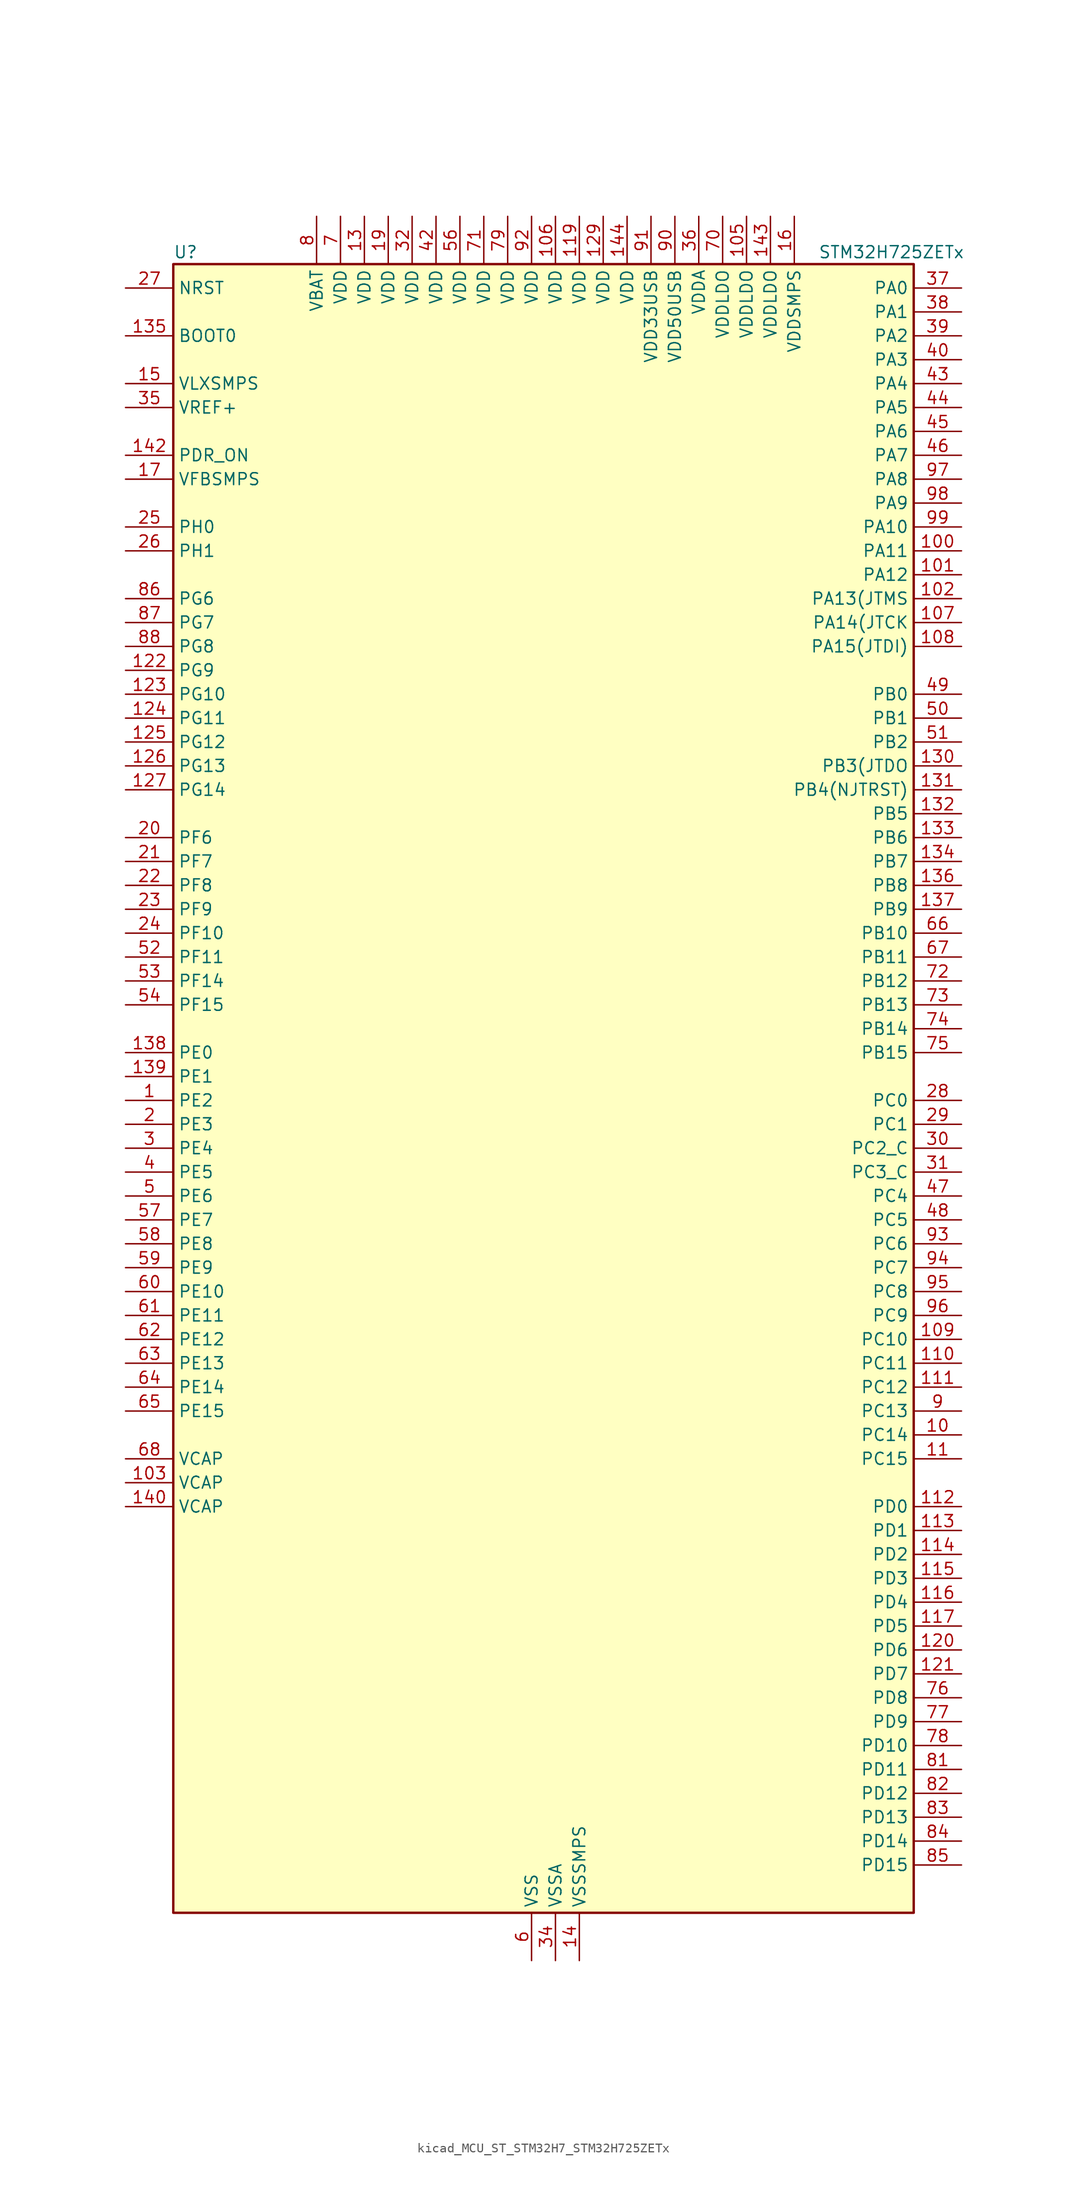
<source format=kicad_sym>
(kicad_symbol_lib
  (version 20220914)
  (generator kicad_symbol_editor)
  (symbol "kicad_MCU_ST_STM32H7_STM32H725ZETx"
    (property "Reference" "U"
      (at -38.1 90.17 0)
      (effects (font (size 1.27 1.27)) (justify left)))
    (property "Value" "STM32H725ZETx"
      (at 30.48 90.17 0)
      (effects (font (size 1.27 1.27)) (justify left)))
    (property "ki_locked" ""
      (at 0 0 0)
      (effects (font (size 1.27 1.27))))
    (symbol "kicad_MCU_ST_STM32H7_STM32H725ZETx_0_1"
      (rectangle (start -38.1 -86.36) (end 40.64 88.9) (stroke (width 0.254) (type default)) (fill (type background))))
    (symbol "kicad_MCU_ST_STM32H7_STM32H725ZETx_1_1"
      (pin bidirectional line (at -43.18 0 0) (length 5.08) (name "PE2" (effects (font (size 1.27 1.27)))) (number "1" (effects (font (size 1.27 1.27)))) (alternate "DEBUG_TRACECLK" bidirectional line) (alternate "ETH_TXD3" bidirectional line) (alternate "FMC_A23" bidirectional line) (alternate "OCTOSPIM_P1_IO2" bidirectional line) (alternate "SAI1_CK1" bidirectional line) (alternate "SAI1_MCLK_A" bidirectional line) (alternate "SAI4_CK1" bidirectional line) (alternate "SAI4_MCLK_A" bidirectional line) (alternate "SPI4_SCK" bidirectional line) (alternate "USART10_RX" bidirectional line))
      (pin bidirectional line (at 45.72 -35.56 180) (length 5.08) (name "PC14" (effects (font (size 1.27 1.27)))) (number "10" (effects (font (size 1.27 1.27)))) (alternate "RCC_OSC32_IN" bidirectional line))
      (pin bidirectional line (at 45.72 58.42 180) (length 5.08) (name "PA11" (effects (font (size 1.27 1.27)))) (number "100" (effects (font (size 1.27 1.27)))) (alternate "ADC1_EXTI11" bidirectional line) (alternate "ADC2_EXTI11" bidirectional line) (alternate "ADC3_EXTI11" bidirectional line) (alternate "FDCAN1_RX" bidirectional line) (alternate "I2S2_WS" bidirectional line) (alternate "LPUART1_CTS" bidirectional line) (alternate "LTDC_R4" bidirectional line) (alternate "SPI2_NSS" bidirectional line) (alternate "TIM1_CH4" bidirectional line) (alternate "UART4_RX" bidirectional line) (alternate "USART1_CTS" bidirectional line) (alternate "USART1_NSS" bidirectional line) (alternate "USB_OTG_HS_DM" bidirectional line))
      (pin bidirectional line (at 45.72 55.88 180) (length 5.08) (name "PA12" (effects (font (size 1.27 1.27)))) (number "101" (effects (font (size 1.27 1.27)))) (alternate "FDCAN1_TX" bidirectional line) (alternate "I2S2_CK" bidirectional line) (alternate "LPUART1_DE" bidirectional line) (alternate "LPUART1_RTS" bidirectional line) (alternate "LTDC_R5" bidirectional line) (alternate "SAI4_FS_B" bidirectional line) (alternate "SPI2_SCK" bidirectional line) (alternate "TIM1_BKIN2" bidirectional line) (alternate "TIM1_ETR" bidirectional line) (alternate "UART4_TX" bidirectional line) (alternate "USART1_DE" bidirectional line) (alternate "USART1_RTS" bidirectional line) (alternate "USB_OTG_HS_DP" bidirectional line))
      (pin bidirectional line (at 45.72 53.34 180) (length 5.08) (name "PA13(JTMS" (effects (font (size 1.27 1.27)))) (number "102" (effects (font (size 1.27 1.27)))) (alternate "DEBUG_JTMS-SWDIO" bidirectional line))
      (pin power_out line (at -43.18 -40.64 0) (length 5.08) (name "VCAP" (effects (font (size 1.27 1.27)))) (number "103" (effects (font (size 1.27 1.27)))))
      (pin passive line (at 0 -91.44 90) (length 5.08) hide (name "VSS" (effects (font (size 1.27 1.27)))) (number "104" (effects (font (size 1.27 1.27)))))
      (pin power_in line (at 22.86 93.98 270) (length 5.08) (name "VDDLDO" (effects (font (size 1.27 1.27)))) (number "105" (effects (font (size 1.27 1.27)))))
      (pin power_in line (at 2.54 93.98 270) (length 5.08) (name "VDD" (effects (font (size 1.27 1.27)))) (number "106" (effects (font (size 1.27 1.27)))))
      (pin bidirectional line (at 45.72 50.8 180) (length 5.08) (name "PA14(JTCK" (effects (font (size 1.27 1.27)))) (number "107" (effects (font (size 1.27 1.27)))) (alternate "DEBUG_JTCK-SWCLK" bidirectional line))
      (pin bidirectional line (at 45.72 48.26 180) (length 5.08) (name "PA15(JTDI)" (effects (font (size 1.27 1.27)))) (number "108" (effects (font (size 1.27 1.27)))) (alternate "ADC1_EXTI15" bidirectional line) (alternate "ADC2_EXTI15" bidirectional line) (alternate "ADC3_EXTI15" bidirectional line) (alternate "CEC" bidirectional line) (alternate "DEBUG_JTDI" bidirectional line) (alternate "I2S1_WS" bidirectional line) (alternate "I2S3_WS" bidirectional line) (alternate "I2S6_WS" bidirectional line) (alternate "LTDC_B6" bidirectional line) (alternate "LTDC_R3" bidirectional line) (alternate "SPI1_NSS" bidirectional line) (alternate "SPI3_NSS" bidirectional line) (alternate "SPI6_NSS" bidirectional line) (alternate "TIM2_CH1" bidirectional line) (alternate "TIM2_ETR" bidirectional line) (alternate "UART4_DE" bidirectional line) (alternate "UART4_RTS" bidirectional line) (alternate "UART7_TX" bidirectional line))
      (pin bidirectional line (at 45.72 -25.4 180) (length 5.08) (name "PC10" (effects (font (size 1.27 1.27)))) (number "109" (effects (font (size 1.27 1.27)))) (alternate "DCMI_D8" bidirectional line) (alternate "DFSDM1_CKIN5" bidirectional line) (alternate "I2C5_SDA" bidirectional line) (alternate "I2S3_CK" bidirectional line) (alternate "LTDC_B1" bidirectional line) (alternate "LTDC_R2" bidirectional line) (alternate "OCTOSPIM_P1_IO1" bidirectional line) (alternate "PSSI_D8" bidirectional line) (alternate "SDMMC1_D2" bidirectional line) (alternate "SPI3_SCK" bidirectional line) (alternate "SWPMI1_RX" bidirectional line) (alternate "UART4_TX" bidirectional line) (alternate "USART3_TX" bidirectional line))
      (pin bidirectional line (at 45.72 -38.1 180) (length 5.08) (name "PC15" (effects (font (size 1.27 1.27)))) (number "11" (effects (font (size 1.27 1.27)))) (alternate "ADC1_EXTI15" bidirectional line) (alternate "ADC2_EXTI15" bidirectional line) (alternate "ADC3_EXTI15" bidirectional line) (alternate "RCC_OSC32_OUT" bidirectional line))
      (pin bidirectional line (at 45.72 -27.94 180) (length 5.08) (name "PC11" (effects (font (size 1.27 1.27)))) (number "110" (effects (font (size 1.27 1.27)))) (alternate "ADC1_EXTI11" bidirectional line) (alternate "ADC2_EXTI11" bidirectional line) (alternate "ADC3_EXTI11" bidirectional line) (alternate "DCMI_D4" bidirectional line) (alternate "DFSDM1_DATIN5" bidirectional line) (alternate "I2C5_SCL" bidirectional line) (alternate "I2S3_SDI" bidirectional line) (alternate "LTDC_B4" bidirectional line) (alternate "OCTOSPIM_P1_NCS" bidirectional line) (alternate "PSSI_D4" bidirectional line) (alternate "SDMMC1_D3" bidirectional line) (alternate "SPI3_MISO" bidirectional line) (alternate "UART4_RX" bidirectional line) (alternate "USART3_RX" bidirectional line))
      (pin bidirectional line (at 45.72 -30.48 180) (length 5.08) (name "PC12" (effects (font (size 1.27 1.27)))) (number "111" (effects (font (size 1.27 1.27)))) (alternate "DCMI_D9" bidirectional line) (alternate "DEBUG_TRACED3" bidirectional line) (alternate "FMC_D6" bidirectional line) (alternate "FMC_DA6" bidirectional line) (alternate "I2C5_SMBA" bidirectional line) (alternate "I2S3_SDO" bidirectional line) (alternate "I2S6_CK" bidirectional line) (alternate "LTDC_R6" bidirectional line) (alternate "PSSI_D9" bidirectional line) (alternate "SDMMC1_CK" bidirectional line) (alternate "SPI3_MOSI" bidirectional line) (alternate "SPI6_SCK" bidirectional line) (alternate "TIM15_CH1" bidirectional line) (alternate "UART5_TX" bidirectional line) (alternate "USART3_CK" bidirectional line))
      (pin bidirectional line (at 45.72 -43.18 180) (length 5.08) (name "PD0" (effects (font (size 1.27 1.27)))) (number "112" (effects (font (size 1.27 1.27)))) (alternate "DFSDM1_CKIN6" bidirectional line) (alternate "FDCAN1_RX" bidirectional line) (alternate "FMC_D2" bidirectional line) (alternate "FMC_DA2" bidirectional line) (alternate "LTDC_B1" bidirectional line) (alternate "UART4_RX" bidirectional line) (alternate "UART9_CTS" bidirectional line))
      (pin bidirectional line (at 45.72 -45.72 180) (length 5.08) (name "PD1" (effects (font (size 1.27 1.27)))) (number "113" (effects (font (size 1.27 1.27)))) (alternate "DFSDM1_DATIN6" bidirectional line) (alternate "FDCAN1_TX" bidirectional line) (alternate "FMC_D3" bidirectional line) (alternate "FMC_DA3" bidirectional line) (alternate "UART4_TX" bidirectional line))
      (pin bidirectional line (at 45.72 -48.26 180) (length 5.08) (name "PD2" (effects (font (size 1.27 1.27)))) (number "114" (effects (font (size 1.27 1.27)))) (alternate "DCMI_D11" bidirectional line) (alternate "DEBUG_TRACED2" bidirectional line) (alternate "FMC_D7" bidirectional line) (alternate "FMC_DA7" bidirectional line) (alternate "LTDC_B2" bidirectional line) (alternate "LTDC_B7" bidirectional line) (alternate "PSSI_D11" bidirectional line) (alternate "SDMMC1_CMD" bidirectional line) (alternate "TIM15_BKIN" bidirectional line) (alternate "TIM3_ETR" bidirectional line) (alternate "UART5_RX" bidirectional line))
      (pin bidirectional line (at 45.72 -50.8 180) (length 5.08) (name "PD3" (effects (font (size 1.27 1.27)))) (number "115" (effects (font (size 1.27 1.27)))) (alternate "DCMI_D5" bidirectional line) (alternate "DFSDM1_CKOUT" bidirectional line) (alternate "FMC_CLK" bidirectional line) (alternate "I2S2_CK" bidirectional line) (alternate "LTDC_G7" bidirectional line) (alternate "PSSI_D5" bidirectional line) (alternate "SPI2_SCK" bidirectional line) (alternate "USART2_CTS" bidirectional line) (alternate "USART2_NSS" bidirectional line))
      (pin bidirectional line (at 45.72 -53.34 180) (length 5.08) (name "PD4" (effects (font (size 1.27 1.27)))) (number "116" (effects (font (size 1.27 1.27)))) (alternate "FMC_NOE" bidirectional line) (alternate "OCTOSPIM_P1_IO4" bidirectional line) (alternate "USART2_DE" bidirectional line) (alternate "USART2_RTS" bidirectional line))
      (pin bidirectional line (at 45.72 -55.88 180) (length 5.08) (name "PD5" (effects (font (size 1.27 1.27)))) (number "117" (effects (font (size 1.27 1.27)))) (alternate "FMC_NWE" bidirectional line) (alternate "OCTOSPIM_P1_IO5" bidirectional line) (alternate "USART2_TX" bidirectional line))
      (pin passive line (at 0 -91.44 90) (length 5.08) hide (name "VSS" (effects (font (size 1.27 1.27)))) (number "118" (effects (font (size 1.27 1.27)))))
      (pin power_in line (at 5.08 93.98 270) (length 5.08) (name "VDD" (effects (font (size 1.27 1.27)))) (number "119" (effects (font (size 1.27 1.27)))))
      (pin passive line (at 0 -91.44 90) (length 5.08) hide (name "VSS" (effects (font (size 1.27 1.27)))) (number "12" (effects (font (size 1.27 1.27)))))
      (pin bidirectional line (at 45.72 -58.42 180) (length 5.08) (name "PD6" (effects (font (size 1.27 1.27)))) (number "120" (effects (font (size 1.27 1.27)))) (alternate "DCMI_D10" bidirectional line) (alternate "DFSDM1_CKIN4" bidirectional line) (alternate "DFSDM1_DATIN1" bidirectional line) (alternate "FMC_NWAIT" bidirectional line) (alternate "I2S3_SDO" bidirectional line) (alternate "LTDC_B2" bidirectional line) (alternate "OCTOSPIM_P1_IO6" bidirectional line) (alternate "PSSI_D10" bidirectional line) (alternate "SAI1_D1" bidirectional line) (alternate "SAI1_SD_A" bidirectional line) (alternate "SAI4_D1" bidirectional line) (alternate "SAI4_SD_A" bidirectional line) (alternate "SDMMC2_CK" bidirectional line) (alternate "SPI3_MOSI" bidirectional line) (alternate "USART2_RX" bidirectional line))
      (pin bidirectional line (at 45.72 -60.96 180) (length 5.08) (name "PD7" (effects (font (size 1.27 1.27)))) (number "121" (effects (font (size 1.27 1.27)))) (alternate "DFSDM1_CKIN1" bidirectional line) (alternate "DFSDM1_DATIN4" bidirectional line) (alternate "FMC_NE1" bidirectional line) (alternate "I2S1_SDO" bidirectional line) (alternate "OCTOSPIM_P1_IO7" bidirectional line) (alternate "SDMMC2_CMD" bidirectional line) (alternate "SPDIFRX1_IN0" bidirectional line) (alternate "SPI1_MOSI" bidirectional line) (alternate "USART2_CK" bidirectional line))
      (pin bidirectional line (at -43.18 45.72 0) (length 5.08) (name "PG9" (effects (font (size 1.27 1.27)))) (number "122" (effects (font (size 1.27 1.27)))) (alternate "DAC1_EXTI9" bidirectional line) (alternate "DCMI_VSYNC" bidirectional line) (alternate "FDCAN3_TX" bidirectional line) (alternate "FMC_NCE" bidirectional line) (alternate "FMC_NE2" bidirectional line) (alternate "I2S1_SDI" bidirectional line) (alternate "OCTOSPIM_P1_IO6" bidirectional line) (alternate "PSSI_RDY" bidirectional line) (alternate "SAI4_FS_B" bidirectional line) (alternate "SDMMC2_D0" bidirectional line) (alternate "SPDIFRX1_IN3" bidirectional line) (alternate "SPI1_MISO" bidirectional line) (alternate "USART6_RX" bidirectional line))
      (pin bidirectional line (at -43.18 43.18 0) (length 5.08) (name "PG10" (effects (font (size 1.27 1.27)))) (number "123" (effects (font (size 1.27 1.27)))) (alternate "DCMI_D2" bidirectional line) (alternate "FDCAN3_RX" bidirectional line) (alternate "FMC_NE3" bidirectional line) (alternate "I2S1_WS" bidirectional line) (alternate "LTDC_B2" bidirectional line) (alternate "LTDC_G3" bidirectional line) (alternate "OCTOSPIM_P2_IO6" bidirectional line) (alternate "PSSI_D2" bidirectional line) (alternate "SAI4_SD_B" bidirectional line) (alternate "SDMMC2_D1" bidirectional line) (alternate "SPI1_NSS" bidirectional line))
      (pin bidirectional line (at -43.18 40.64 0) (length 5.08) (name "PG11" (effects (font (size 1.27 1.27)))) (number "124" (effects (font (size 1.27 1.27)))) (alternate "ADC1_EXTI11" bidirectional line) (alternate "ADC2_EXTI11" bidirectional line) (alternate "ADC3_EXTI11" bidirectional line) (alternate "DCMI_D3" bidirectional line) (alternate "ETH_TX_EN" bidirectional line) (alternate "I2S1_CK" bidirectional line) (alternate "LPTIM1_IN2" bidirectional line) (alternate "LTDC_B3" bidirectional line) (alternate "OCTOSPIM_P2_IO7" bidirectional line) (alternate "PSSI_D3" bidirectional line) (alternate "SDMMC2_D2" bidirectional line) (alternate "SPDIFRX1_IN0" bidirectional line) (alternate "SPI1_SCK" bidirectional line) (alternate "USART10_RX" bidirectional line))
      (pin bidirectional line (at -43.18 38.1 0) (length 5.08) (name "PG12" (effects (font (size 1.27 1.27)))) (number "125" (effects (font (size 1.27 1.27)))) (alternate "ETH_TXD1" bidirectional line) (alternate "FMC_NE4" bidirectional line) (alternate "I2S6_SDI" bidirectional line) (alternate "LPTIM1_IN1" bidirectional line) (alternate "LTDC_B1" bidirectional line) (alternate "LTDC_B4" bidirectional line) (alternate "OCTOSPIM_P2_NCS" bidirectional line) (alternate "SDMMC2_D3" bidirectional line) (alternate "SPDIFRX1_IN1" bidirectional line) (alternate "SPI6_MISO" bidirectional line) (alternate "TIM23_CH1" bidirectional line) (alternate "USART10_TX" bidirectional line) (alternate "USART6_DE" bidirectional line) (alternate "USART6_RTS" bidirectional line))
      (pin bidirectional line (at -43.18 35.56 0) (length 5.08) (name "PG13" (effects (font (size 1.27 1.27)))) (number "126" (effects (font (size 1.27 1.27)))) (alternate "DEBUG_TRACED0" bidirectional line) (alternate "ETH_TXD0" bidirectional line) (alternate "FMC_A24" bidirectional line) (alternate "I2S6_CK" bidirectional line) (alternate "LPTIM1_OUT" bidirectional line) (alternate "LTDC_R0" bidirectional line) (alternate "SDMMC2_D6" bidirectional line) (alternate "SPI6_SCK" bidirectional line) (alternate "TIM23_CH2" bidirectional line) (alternate "USART10_CTS" bidirectional line) (alternate "USART10_NSS" bidirectional line) (alternate "USART6_CTS" bidirectional line) (alternate "USART6_NSS" bidirectional line))
      (pin bidirectional line (at -43.18 33.02 0) (length 5.08) (name "PG14" (effects (font (size 1.27 1.27)))) (number "127" (effects (font (size 1.27 1.27)))) (alternate "DEBUG_TRACED1" bidirectional line) (alternate "ETH_TXD1" bidirectional line) (alternate "FMC_A25" bidirectional line) (alternate "I2S6_SDO" bidirectional line) (alternate "LPTIM1_ETR" bidirectional line) (alternate "LTDC_B0" bidirectional line) (alternate "OCTOSPIM_P1_IO7" bidirectional line) (alternate "SDMMC2_D7" bidirectional line) (alternate "SPI6_MOSI" bidirectional line) (alternate "TIM23_CH3" bidirectional line) (alternate "USART10_DE" bidirectional line) (alternate "USART10_RTS" bidirectional line) (alternate "USART6_TX" bidirectional line))
      (pin passive line (at 0 -91.44 90) (length 5.08) hide (name "VSS" (effects (font (size 1.27 1.27)))) (number "128" (effects (font (size 1.27 1.27)))))
      (pin power_in line (at 7.62 93.98 270) (length 5.08) (name "VDD" (effects (font (size 1.27 1.27)))) (number "129" (effects (font (size 1.27 1.27)))))
      (pin power_in line (at -17.78 93.98 270) (length 5.08) (name "VDD" (effects (font (size 1.27 1.27)))) (number "13" (effects (font (size 1.27 1.27)))))
      (pin bidirectional line (at 45.72 35.56 180) (length 5.08) (name "PB3(JTDO" (effects (font (size 1.27 1.27)))) (number "130" (effects (font (size 1.27 1.27)))) (alternate "CRS_SYNC" bidirectional line) (alternate "DEBUG_JTDO-SWO" bidirectional line) (alternate "I2S1_CK" bidirectional line) (alternate "I2S3_CK" bidirectional line) (alternate "I2S6_CK" bidirectional line) (alternate "SDMMC2_D2" bidirectional line) (alternate "SPI1_SCK" bidirectional line) (alternate "SPI3_SCK" bidirectional line) (alternate "SPI6_SCK" bidirectional line) (alternate "TIM24_ETR" bidirectional line) (alternate "TIM2_CH2" bidirectional line) (alternate "UART7_RX" bidirectional line))
      (pin bidirectional line (at 45.72 33.02 180) (length 5.08) (name "PB4(NJTRST)" (effects (font (size 1.27 1.27)))) (number "131" (effects (font (size 1.27 1.27)))) (alternate "DEBUG_JTRST" bidirectional line) (alternate "I2S1_SDI" bidirectional line) (alternate "I2S2_WS" bidirectional line) (alternate "I2S3_SDI" bidirectional line) (alternate "I2S6_SDI" bidirectional line) (alternate "SDMMC2_D3" bidirectional line) (alternate "SPI1_MISO" bidirectional line) (alternate "SPI2_NSS" bidirectional line) (alternate "SPI3_MISO" bidirectional line) (alternate "SPI6_MISO" bidirectional line) (alternate "TIM16_BKIN" bidirectional line) (alternate "TIM3_CH1" bidirectional line) (alternate "UART7_TX" bidirectional line))
      (pin bidirectional line (at 45.72 30.48 180) (length 5.08) (name "PB5" (effects (font (size 1.27 1.27)))) (number "132" (effects (font (size 1.27 1.27)))) (alternate "DCMI_D10" bidirectional line) (alternate "ETH_PPS_OUT" bidirectional line) (alternate "FDCAN2_RX" bidirectional line) (alternate "FMC_SDCKE1" bidirectional line) (alternate "I2C1_SMBA" bidirectional line) (alternate "I2C4_SMBA" bidirectional line) (alternate "I2S1_SDO" bidirectional line) (alternate "I2S3_SDO" bidirectional line) (alternate "I2S6_SDO" bidirectional line) (alternate "LTDC_B5" bidirectional line) (alternate "PSSI_D10" bidirectional line) (alternate "SPI1_MOSI" bidirectional line) (alternate "SPI3_MOSI" bidirectional line) (alternate "SPI6_MOSI" bidirectional line) (alternate "TIM17_BKIN" bidirectional line) (alternate "TIM3_CH2" bidirectional line) (alternate "UART5_RX" bidirectional line) (alternate "USB_OTG_HS_ULPI_D7" bidirectional line))
      (pin bidirectional line (at 45.72 27.94 180) (length 5.08) (name "PB6" (effects (font (size 1.27 1.27)))) (number "133" (effects (font (size 1.27 1.27)))) (alternate "CEC" bidirectional line) (alternate "DCMI_D5" bidirectional line) (alternate "DFSDM1_DATIN5" bidirectional line) (alternate "FDCAN2_TX" bidirectional line) (alternate "FMC_SDNE1" bidirectional line) (alternate "I2C1_SCL" bidirectional line) (alternate "I2C4_SCL" bidirectional line) (alternate "LPUART1_TX" bidirectional line) (alternate "OCTOSPIM_P1_NCS" bidirectional line) (alternate "PSSI_D5" bidirectional line) (alternate "TIM16_CH1N" bidirectional line) (alternate "TIM4_CH1" bidirectional line) (alternate "UART5_TX" bidirectional line) (alternate "USART1_TX" bidirectional line))
      (pin bidirectional line (at 45.72 25.4 180) (length 5.08) (name "PB7" (effects (font (size 1.27 1.27)))) (number "134" (effects (font (size 1.27 1.27)))) (alternate "DCMI_VSYNC" bidirectional line) (alternate "DFSDM1_CKIN5" bidirectional line) (alternate "FMC_NL" bidirectional line) (alternate "I2C1_SDA" bidirectional line) (alternate "I2C4_SDA" bidirectional line) (alternate "LPUART1_RX" bidirectional line) (alternate "PSSI_RDY" bidirectional line) (alternate "PWR_PVD_IN" bidirectional line) (alternate "TIM17_CH1N" bidirectional line) (alternate "TIM4_CH2" bidirectional line) (alternate "USART1_RX" bidirectional line))
      (pin input line (at -43.18 81.28 0) (length 5.08) (name "BOOT0" (effects (font (size 1.27 1.27)))) (number "135" (effects (font (size 1.27 1.27)))))
      (pin bidirectional line (at 45.72 22.86 180) (length 5.08) (name "PB8" (effects (font (size 1.27 1.27)))) (number "136" (effects (font (size 1.27 1.27)))) (alternate "DCMI_D6" bidirectional line) (alternate "DFSDM1_CKIN7" bidirectional line) (alternate "ETH_TXD3" bidirectional line) (alternate "FDCAN1_RX" bidirectional line) (alternate "I2C1_SCL" bidirectional line) (alternate "I2C4_SCL" bidirectional line) (alternate "LTDC_B6" bidirectional line) (alternate "PSSI_D6" bidirectional line) (alternate "SDMMC1_CKIN" bidirectional line) (alternate "SDMMC1_D4" bidirectional line) (alternate "SDMMC2_D4" bidirectional line) (alternate "TIM16_CH1" bidirectional line) (alternate "TIM4_CH3" bidirectional line) (alternate "UART4_RX" bidirectional line))
      (pin bidirectional line (at 45.72 20.32 180) (length 5.08) (name "PB9" (effects (font (size 1.27 1.27)))) (number "137" (effects (font (size 1.27 1.27)))) (alternate "DAC1_EXTI9" bidirectional line) (alternate "DCMI_D7" bidirectional line) (alternate "DFSDM1_DATIN7" bidirectional line) (alternate "FDCAN1_TX" bidirectional line) (alternate "I2C1_SDA" bidirectional line) (alternate "I2C4_SDA" bidirectional line) (alternate "I2C4_SMBA" bidirectional line) (alternate "I2S2_WS" bidirectional line) (alternate "LTDC_B7" bidirectional line) (alternate "PSSI_D7" bidirectional line) (alternate "SDMMC1_CDIR" bidirectional line) (alternate "SDMMC1_D5" bidirectional line) (alternate "SDMMC2_D5" bidirectional line) (alternate "SPI2_NSS" bidirectional line) (alternate "TIM17_CH1" bidirectional line) (alternate "TIM4_CH4" bidirectional line) (alternate "UART4_TX" bidirectional line))
      (pin bidirectional line (at -43.18 5.08 0) (length 5.08) (name "PE0" (effects (font (size 1.27 1.27)))) (number "138" (effects (font (size 1.27 1.27)))) (alternate "DCMI_D2" bidirectional line) (alternate "FMC_NBL0" bidirectional line) (alternate "LPTIM1_ETR" bidirectional line) (alternate "LPTIM2_ETR" bidirectional line) (alternate "LTDC_R0" bidirectional line) (alternate "PSSI_D2" bidirectional line) (alternate "SAI4_MCLK_A" bidirectional line) (alternate "TIM4_ETR" bidirectional line) (alternate "UART8_RX" bidirectional line))
      (pin bidirectional line (at -43.18 2.54 0) (length 5.08) (name "PE1" (effects (font (size 1.27 1.27)))) (number "139" (effects (font (size 1.27 1.27)))) (alternate "DCMI_D3" bidirectional line) (alternate "FMC_NBL1" bidirectional line) (alternate "LPTIM1_IN2" bidirectional line) (alternate "LTDC_R6" bidirectional line) (alternate "PSSI_D3" bidirectional line) (alternate "UART8_TX" bidirectional line))
      (pin power_in line (at 5.08 -91.44 90) (length 5.08) (name "VSSSMPS" (effects (font (size 1.27 1.27)))) (number "14" (effects (font (size 1.27 1.27)))))
      (pin power_out line (at -43.18 -43.18 0) (length 5.08) (name "VCAP" (effects (font (size 1.27 1.27)))) (number "140" (effects (font (size 1.27 1.27)))))
      (pin passive line (at 0 -91.44 90) (length 5.08) hide (name "VSS" (effects (font (size 1.27 1.27)))) (number "141" (effects (font (size 1.27 1.27)))))
      (pin input line (at -43.18 68.58 0) (length 5.08) (name "PDR_ON" (effects (font (size 1.27 1.27)))) (number "142" (effects (font (size 1.27 1.27)))))
      (pin power_in line (at 25.4 93.98 270) (length 5.08) (name "VDDLDO" (effects (font (size 1.27 1.27)))) (number "143" (effects (font (size 1.27 1.27)))))
      (pin power_in line (at 10.16 93.98 270) (length 5.08) (name "VDD" (effects (font (size 1.27 1.27)))) (number "144" (effects (font (size 1.27 1.27)))))
      (pin power_in line (at -43.18 76.2 0) (length 5.08) (name "VLXSMPS" (effects (font (size 1.27 1.27)))) (number "15" (effects (font (size 1.27 1.27)))))
      (pin power_in line (at 27.94 93.98 270) (length 5.08) (name "VDDSMPS" (effects (font (size 1.27 1.27)))) (number "16" (effects (font (size 1.27 1.27)))))
      (pin input line (at -43.18 66.04 0) (length 5.08) (name "VFBSMPS" (effects (font (size 1.27 1.27)))) (number "17" (effects (font (size 1.27 1.27)))))
      (pin passive line (at 0 -91.44 90) (length 5.08) hide (name "VSS" (effects (font (size 1.27 1.27)))) (number "18" (effects (font (size 1.27 1.27)))))
      (pin power_in line (at -15.24 93.98 270) (length 5.08) (name "VDD" (effects (font (size 1.27 1.27)))) (number "19" (effects (font (size 1.27 1.27)))))
      (pin bidirectional line (at -43.18 -2.54 0) (length 5.08) (name "PE3" (effects (font (size 1.27 1.27)))) (number "2" (effects (font (size 1.27 1.27)))) (alternate "DEBUG_TRACED0" bidirectional line) (alternate "FMC_A19" bidirectional line) (alternate "SAI1_SD_B" bidirectional line) (alternate "SAI4_SD_B" bidirectional line) (alternate "TIM15_BKIN" bidirectional line) (alternate "USART10_TX" bidirectional line))
      (pin bidirectional line (at -43.18 27.94 0) (length 5.08) (name "PF6" (effects (font (size 1.27 1.27)))) (number "20" (effects (font (size 1.27 1.27)))) (alternate "ADC3_INN4" bidirectional line) (alternate "ADC3_INP8" bidirectional line) (alternate "FDCAN3_RX" bidirectional line) (alternate "OCTOSPIM_P1_IO3" bidirectional line) (alternate "SAI1_SD_B" bidirectional line) (alternate "SAI4_SD_B" bidirectional line) (alternate "SPI5_NSS" bidirectional line) (alternate "TIM16_CH1" bidirectional line) (alternate "TIM23_CH1" bidirectional line) (alternate "UART7_RX" bidirectional line))
      (pin bidirectional line (at -43.18 25.4 0) (length 5.08) (name "PF7" (effects (font (size 1.27 1.27)))) (number "21" (effects (font (size 1.27 1.27)))) (alternate "ADC3_INP3" bidirectional line) (alternate "FDCAN3_TX" bidirectional line) (alternate "OCTOSPIM_P1_IO2" bidirectional line) (alternate "SAI1_MCLK_B" bidirectional line) (alternate "SAI4_MCLK_B" bidirectional line) (alternate "SPI5_SCK" bidirectional line) (alternate "TIM17_CH1" bidirectional line) (alternate "TIM23_CH2" bidirectional line) (alternate "UART7_TX" bidirectional line))
      (pin bidirectional line (at -43.18 22.86 0) (length 5.08) (name "PF8" (effects (font (size 1.27 1.27)))) (number "22" (effects (font (size 1.27 1.27)))) (alternate "ADC3_INN3" bidirectional line) (alternate "ADC3_INP7" bidirectional line) (alternate "OCTOSPIM_P1_IO0" bidirectional line) (alternate "SAI1_SCK_B" bidirectional line) (alternate "SAI4_SCK_B" bidirectional line) (alternate "SPI5_MISO" bidirectional line) (alternate "TIM13_CH1" bidirectional line) (alternate "TIM16_CH1N" bidirectional line) (alternate "TIM23_CH3" bidirectional line) (alternate "UART7_DE" bidirectional line) (alternate "UART7_RTS" bidirectional line))
      (pin bidirectional line (at -43.18 20.32 0) (length 5.08) (name "PF9" (effects (font (size 1.27 1.27)))) (number "23" (effects (font (size 1.27 1.27)))) (alternate "ADC3_INP2" bidirectional line) (alternate "DAC1_EXTI9" bidirectional line) (alternate "OCTOSPIM_P1_IO1" bidirectional line) (alternate "SAI1_FS_B" bidirectional line) (alternate "SAI4_FS_B" bidirectional line) (alternate "SPI5_MOSI" bidirectional line) (alternate "TIM14_CH1" bidirectional line) (alternate "TIM17_CH1N" bidirectional line) (alternate "TIM23_CH4" bidirectional line) (alternate "UART7_CTS" bidirectional line))
      (pin bidirectional line (at -43.18 17.78 0) (length 5.08) (name "PF10" (effects (font (size 1.27 1.27)))) (number "24" (effects (font (size 1.27 1.27)))) (alternate "ADC3_INN2" bidirectional line) (alternate "ADC3_INP6" bidirectional line) (alternate "DCMI_D11" bidirectional line) (alternate "LTDC_DE" bidirectional line) (alternate "OCTOSPIM_P1_CLK" bidirectional line) (alternate "PSSI_D11" bidirectional line) (alternate "PSSI_D15" bidirectional line) (alternate "SAI1_D3" bidirectional line) (alternate "SAI4_D3" bidirectional line) (alternate "TIM16_BKIN" bidirectional line))
      (pin bidirectional line (at -43.18 60.96 0) (length 5.08) (name "PH0" (effects (font (size 1.27 1.27)))) (number "25" (effects (font (size 1.27 1.27)))) (alternate "RCC_OSC_IN" bidirectional line))
      (pin bidirectional line (at -43.18 58.42 0) (length 5.08) (name "PH1" (effects (font (size 1.27 1.27)))) (number "26" (effects (font (size 1.27 1.27)))) (alternate "RCC_OSC_OUT" bidirectional line))
      (pin input line (at -43.18 86.36 0) (length 5.08) (name "NRST" (effects (font (size 1.27 1.27)))) (number "27" (effects (font (size 1.27 1.27)))))
      (pin bidirectional line (at 45.72 0 180) (length 5.08) (name "PC0" (effects (font (size 1.27 1.27)))) (number "28" (effects (font (size 1.27 1.27)))) (alternate "ADC1_INP10" bidirectional line) (alternate "ADC2_INP10" bidirectional line) (alternate "ADC3_INP10" bidirectional line) (alternate "DFSDM1_CKIN0" bidirectional line) (alternate "DFSDM1_DATIN4" bidirectional line) (alternate "FMC_A25" bidirectional line) (alternate "FMC_D12" bidirectional line) (alternate "FMC_DA12" bidirectional line) (alternate "FMC_SDNWE" bidirectional line) (alternate "LTDC_G2" bidirectional line) (alternate "LTDC_R5" bidirectional line) (alternate "SAI4_FS_B" bidirectional line) (alternate "USB_OTG_HS_ULPI_STP" bidirectional line))
      (pin bidirectional line (at 45.72 -2.54 180) (length 5.08) (name "PC1" (effects (font (size 1.27 1.27)))) (number "29" (effects (font (size 1.27 1.27)))) (alternate "ADC1_INN10" bidirectional line) (alternate "ADC1_INP11" bidirectional line) (alternate "ADC2_INN10" bidirectional line) (alternate "ADC2_INP11" bidirectional line) (alternate "ADC3_INN10" bidirectional line) (alternate "ADC3_INP11" bidirectional line) (alternate "DEBUG_TRACED0" bidirectional line) (alternate "DFSDM1_CKIN4" bidirectional line) (alternate "DFSDM1_DATIN0" bidirectional line) (alternate "ETH_MDC" bidirectional line) (alternate "I2S2_SDO" bidirectional line) (alternate "LTDC_G5" bidirectional line) (alternate "MDIOS_MDC" bidirectional line) (alternate "OCTOSPIM_P1_IO4" bidirectional line) (alternate "PWR_WKUP6" bidirectional line) (alternate "RTC_TAMP3" bidirectional line) (alternate "SAI1_D1" bidirectional line) (alternate "SAI1_SD_A" bidirectional line) (alternate "SAI4_D1" bidirectional line) (alternate "SAI4_SD_A" bidirectional line) (alternate "SDMMC2_CK" bidirectional line) (alternate "SPI2_MOSI" bidirectional line))
      (pin bidirectional line (at -43.18 -5.08 0) (length 5.08) (name "PE4" (effects (font (size 1.27 1.27)))) (number "3" (effects (font (size 1.27 1.27)))) (alternate "DCMI_D4" bidirectional line) (alternate "DEBUG_TRACED1" bidirectional line) (alternate "DFSDM1_DATIN3" bidirectional line) (alternate "FMC_A20" bidirectional line) (alternate "LTDC_B0" bidirectional line) (alternate "PSSI_D4" bidirectional line) (alternate "SAI1_D2" bidirectional line) (alternate "SAI1_FS_A" bidirectional line) (alternate "SAI4_D2" bidirectional line) (alternate "SAI4_FS_A" bidirectional line) (alternate "SPI4_NSS" bidirectional line) (alternate "TIM15_CH1N" bidirectional line))
      (pin bidirectional line (at 45.72 -5.08 180) (length 5.08) (name "PC2_C" (effects (font (size 1.27 1.27)))) (number "30" (effects (font (size 1.27 1.27)))) (alternate "ADC3_INN1" bidirectional line) (alternate "ADC3_INP0" bidirectional line) (alternate "DFSDM1_CKIN1" bidirectional line) (alternate "DFSDM1_CKOUT" bidirectional line) (alternate "ETH_TXD2" bidirectional line) (alternate "FMC_SDNE0" bidirectional line) (alternate "I2S2_SDI" bidirectional line) (alternate "OCTOSPIM_P1_IO2" bidirectional line) (alternate "OCTOSPIM_P1_IO5" bidirectional line) (alternate "PWR_CSTOP" bidirectional line) (alternate "SPI2_MISO" bidirectional line) (alternate "USB_OTG_HS_ULPI_DIR" bidirectional line))
      (pin bidirectional line (at 45.72 -7.62 180) (length 5.08) (name "PC3_C" (effects (font (size 1.27 1.27)))) (number "31" (effects (font (size 1.27 1.27)))) (alternate "ADC3_INP1" bidirectional line) (alternate "DFSDM1_DATIN1" bidirectional line) (alternate "ETH_TX_CLK" bidirectional line) (alternate "FMC_SDCKE0" bidirectional line) (alternate "I2S2_SDO" bidirectional line) (alternate "OCTOSPIM_P1_IO0" bidirectional line) (alternate "OCTOSPIM_P1_IO6" bidirectional line) (alternate "PWR_CSLEEP" bidirectional line) (alternate "SPI2_MOSI" bidirectional line) (alternate "USB_OTG_HS_ULPI_NXT" bidirectional line))
      (pin power_in line (at -12.7 93.98 270) (length 5.08) (name "VDD" (effects (font (size 1.27 1.27)))) (number "32" (effects (font (size 1.27 1.27)))))
      (pin passive line (at 0 -91.44 90) (length 5.08) hide (name "VSS" (effects (font (size 1.27 1.27)))) (number "33" (effects (font (size 1.27 1.27)))))
      (pin power_in line (at 2.54 -91.44 90) (length 5.08) (name "VSSA" (effects (font (size 1.27 1.27)))) (number "34" (effects (font (size 1.27 1.27)))))
      (pin input line (at -43.18 73.66 0) (length 5.08) (name "VREF+" (effects (font (size 1.27 1.27)))) (number "35" (effects (font (size 1.27 1.27)))) (alternate "VREFBUF_OUT" bidirectional line))
      (pin power_in line (at 17.78 93.98 270) (length 5.08) (name "VDDA" (effects (font (size 1.27 1.27)))) (number "36" (effects (font (size 1.27 1.27)))))
      (pin bidirectional line (at 45.72 86.36 180) (length 5.08) (name "PA0" (effects (font (size 1.27 1.27)))) (number "37" (effects (font (size 1.27 1.27)))) (alternate "ADC1_INP16" bidirectional line) (alternate "ETH_CRS" bidirectional line) (alternate "FMC_A19" bidirectional line) (alternate "I2S6_WS" bidirectional line) (alternate "PWR_WKUP1" bidirectional line) (alternate "SAI4_SD_B" bidirectional line) (alternate "SDMMC2_CMD" bidirectional line) (alternate "SPI6_NSS" bidirectional line) (alternate "TIM15_BKIN" bidirectional line) (alternate "TIM2_CH1" bidirectional line) (alternate "TIM2_ETR" bidirectional line) (alternate "TIM5_CH1" bidirectional line) (alternate "TIM8_ETR" bidirectional line) (alternate "UART4_TX" bidirectional line) (alternate "USART2_CTS" bidirectional line) (alternate "USART2_NSS" bidirectional line))
      (pin bidirectional line (at 45.72 83.82 180) (length 5.08) (name "PA1" (effects (font (size 1.27 1.27)))) (number "38" (effects (font (size 1.27 1.27)))) (alternate "ADC1_INN16" bidirectional line) (alternate "ADC1_INP17" bidirectional line) (alternate "ETH_REF_CLK" bidirectional line) (alternate "ETH_RX_CLK" bidirectional line) (alternate "LPTIM3_OUT" bidirectional line) (alternate "LTDC_R2" bidirectional line) (alternate "OCTOSPIM_P1_DQS" bidirectional line) (alternate "OCTOSPIM_P1_IO3" bidirectional line) (alternate "SAI4_MCLK_B" bidirectional line) (alternate "TIM15_CH1N" bidirectional line) (alternate "TIM2_CH2" bidirectional line) (alternate "TIM5_CH2" bidirectional line) (alternate "UART4_RX" bidirectional line) (alternate "USART2_DE" bidirectional line) (alternate "USART2_RTS" bidirectional line))
      (pin bidirectional line (at 45.72 81.28 180) (length 5.08) (name "PA2" (effects (font (size 1.27 1.27)))) (number "39" (effects (font (size 1.27 1.27)))) (alternate "ADC1_INP14" bidirectional line) (alternate "ADC2_INP14" bidirectional line) (alternate "ETH_MDIO" bidirectional line) (alternate "LPTIM4_OUT" bidirectional line) (alternate "LTDC_R1" bidirectional line) (alternate "MDIOS_MDIO" bidirectional line) (alternate "OCTOSPIM_P1_IO0" bidirectional line) (alternate "PWR_WKUP2" bidirectional line) (alternate "SAI4_SCK_B" bidirectional line) (alternate "TIM15_CH1" bidirectional line) (alternate "TIM2_CH3" bidirectional line) (alternate "TIM5_CH3" bidirectional line) (alternate "USART2_TX" bidirectional line))
      (pin bidirectional line (at -43.18 -7.62 0) (length 5.08) (name "PE5" (effects (font (size 1.27 1.27)))) (number "4" (effects (font (size 1.27 1.27)))) (alternate "DCMI_D6" bidirectional line) (alternate "DEBUG_TRACED2" bidirectional line) (alternate "DFSDM1_CKIN3" bidirectional line) (alternate "FMC_A21" bidirectional line) (alternate "LTDC_G0" bidirectional line) (alternate "PSSI_D6" bidirectional line) (alternate "SAI1_CK2" bidirectional line) (alternate "SAI1_SCK_A" bidirectional line) (alternate "SAI4_CK2" bidirectional line) (alternate "SAI4_SCK_A" bidirectional line) (alternate "SPI4_MISO" bidirectional line) (alternate "TIM15_CH1" bidirectional line))
      (pin bidirectional line (at 45.72 78.74 180) (length 5.08) (name "PA3" (effects (font (size 1.27 1.27)))) (number "40" (effects (font (size 1.27 1.27)))) (alternate "ADC1_INP15" bidirectional line) (alternate "ADC2_INP15" bidirectional line) (alternate "ETH_COL" bidirectional line) (alternate "I2S6_MCK" bidirectional line) (alternate "LPTIM5_OUT" bidirectional line) (alternate "LTDC_B2" bidirectional line) (alternate "LTDC_B5" bidirectional line) (alternate "OCTOSPIM_P1_CLK" bidirectional line) (alternate "OCTOSPIM_P1_IO2" bidirectional line) (alternate "TIM15_CH2" bidirectional line) (alternate "TIM2_CH4" bidirectional line) (alternate "TIM5_CH4" bidirectional line) (alternate "USART2_RX" bidirectional line) (alternate "USB_OTG_HS_ULPI_D0" bidirectional line))
      (pin passive line (at 0 -91.44 90) (length 5.08) hide (name "VSS" (effects (font (size 1.27 1.27)))) (number "41" (effects (font (size 1.27 1.27)))))
      (pin power_in line (at -10.16 93.98 270) (length 5.08) (name "VDD" (effects (font (size 1.27 1.27)))) (number "42" (effects (font (size 1.27 1.27)))))
      (pin bidirectional line (at 45.72 76.2 180) (length 5.08) (name "PA4" (effects (font (size 1.27 1.27)))) (number "43" (effects (font (size 1.27 1.27)))) (alternate "ADC1_INP18" bidirectional line) (alternate "ADC2_INP18" bidirectional line) (alternate "DAC1_OUT1" bidirectional line) (alternate "DCMI_HSYNC" bidirectional line) (alternate "FMC_D8" bidirectional line) (alternate "FMC_DA8" bidirectional line) (alternate "I2S1_WS" bidirectional line) (alternate "I2S3_WS" bidirectional line) (alternate "I2S6_WS" bidirectional line) (alternate "LTDC_VSYNC" bidirectional line) (alternate "PSSI_DE" bidirectional line) (alternate "SPI1_NSS" bidirectional line) (alternate "SPI3_NSS" bidirectional line) (alternate "SPI6_NSS" bidirectional line) (alternate "TIM5_ETR" bidirectional line) (alternate "USART2_CK" bidirectional line))
      (pin bidirectional line (at 45.72 73.66 180) (length 5.08) (name "PA5" (effects (font (size 1.27 1.27)))) (number "44" (effects (font (size 1.27 1.27)))) (alternate "ADC1_INN18" bidirectional line) (alternate "ADC1_INP19" bidirectional line) (alternate "ADC2_INN18" bidirectional line) (alternate "ADC2_INP19" bidirectional line) (alternate "DAC1_OUT2" bidirectional line) (alternate "FMC_D9" bidirectional line) (alternate "FMC_DA9" bidirectional line) (alternate "I2S1_CK" bidirectional line) (alternate "I2S6_CK" bidirectional line) (alternate "LTDC_R4" bidirectional line) (alternate "PSSI_D14" bidirectional line) (alternate "PWR_NDSTOP2" bidirectional line) (alternate "SPI1_SCK" bidirectional line) (alternate "SPI6_SCK" bidirectional line) (alternate "TIM2_CH1" bidirectional line) (alternate "TIM2_ETR" bidirectional line) (alternate "TIM8_CH1N" bidirectional line) (alternate "USB_OTG_HS_ULPI_CK" bidirectional line))
      (pin bidirectional line (at 45.72 71.12 180) (length 5.08) (name "PA6" (effects (font (size 1.27 1.27)))) (number "45" (effects (font (size 1.27 1.27)))) (alternate "ADC1_INP3" bidirectional line) (alternate "ADC2_INP3" bidirectional line) (alternate "DCMI_PIXCLK" bidirectional line) (alternate "I2S1_SDI" bidirectional line) (alternate "I2S6_SDI" bidirectional line) (alternate "LTDC_G2" bidirectional line) (alternate "MDIOS_MDC" bidirectional line) (alternate "OCTOSPIM_P1_IO3" bidirectional line) (alternate "PSSI_PDCK" bidirectional line) (alternate "SPI1_MISO" bidirectional line) (alternate "SPI6_MISO" bidirectional line) (alternate "TIM13_CH1" bidirectional line) (alternate "TIM1_BKIN" bidirectional line) (alternate "TIM1_BKIN_COMP1" bidirectional line) (alternate "TIM1_BKIN_COMP2" bidirectional line) (alternate "TIM3_CH1" bidirectional line) (alternate "TIM8_BKIN" bidirectional line) (alternate "TIM8_BKIN_COMP1" bidirectional line) (alternate "TIM8_BKIN_COMP2" bidirectional line))
      (pin bidirectional line (at 45.72 68.58 180) (length 5.08) (name "PA7" (effects (font (size 1.27 1.27)))) (number "46" (effects (font (size 1.27 1.27)))) (alternate "ADC1_INN3" bidirectional line) (alternate "ADC1_INP7" bidirectional line) (alternate "ADC2_INN3" bidirectional line) (alternate "ADC2_INP7" bidirectional line) (alternate "ETH_CRS_DV" bidirectional line) (alternate "ETH_RX_DV" bidirectional line) (alternate "FMC_SDNWE" bidirectional line) (alternate "I2S1_SDO" bidirectional line) (alternate "I2S6_SDO" bidirectional line) (alternate "LTDC_VSYNC" bidirectional line) (alternate "OCTOSPIM_P1_IO2" bidirectional line) (alternate "OPAMP1_VINM" bidirectional line) (alternate "SPI1_MOSI" bidirectional line) (alternate "SPI6_MOSI" bidirectional line) (alternate "TIM14_CH1" bidirectional line) (alternate "TIM1_CH1N" bidirectional line) (alternate "TIM3_CH2" bidirectional line) (alternate "TIM8_CH1N" bidirectional line))
      (pin bidirectional line (at 45.72 -10.16 180) (length 5.08) (name "PC4" (effects (font (size 1.27 1.27)))) (number "47" (effects (font (size 1.27 1.27)))) (alternate "ADC1_INP4" bidirectional line) (alternate "ADC2_INP4" bidirectional line) (alternate "COMP1_INM" bidirectional line) (alternate "DFSDM1_CKIN2" bidirectional line) (alternate "ETH_RXD0" bidirectional line) (alternate "FMC_A22" bidirectional line) (alternate "FMC_SDNE0" bidirectional line) (alternate "I2S1_MCK" bidirectional line) (alternate "LTDC_R7" bidirectional line) (alternate "OPAMP1_VOUT" bidirectional line) (alternate "SDMMC2_CKIN" bidirectional line) (alternate "SPDIFRX1_IN2" bidirectional line))
      (pin bidirectional line (at 45.72 -12.7 180) (length 5.08) (name "PC5" (effects (font (size 1.27 1.27)))) (number "48" (effects (font (size 1.27 1.27)))) (alternate "ADC1_INN4" bidirectional line) (alternate "ADC1_INP8" bidirectional line) (alternate "ADC2_INN4" bidirectional line) (alternate "ADC2_INP8" bidirectional line) (alternate "COMP1_OUT" bidirectional line) (alternate "DFSDM1_DATIN2" bidirectional line) (alternate "ETH_RXD1" bidirectional line) (alternate "FMC_SDCKE0" bidirectional line) (alternate "LTDC_DE" bidirectional line) (alternate "OCTOSPIM_P1_DQS" bidirectional line) (alternate "OPAMP1_VINM" bidirectional line) (alternate "PSSI_D15" bidirectional line) (alternate "SAI1_D3" bidirectional line) (alternate "SAI4_D3" bidirectional line) (alternate "SPDIFRX1_IN3" bidirectional line))
      (pin bidirectional line (at 45.72 43.18 180) (length 5.08) (name "PB0" (effects (font (size 1.27 1.27)))) (number "49" (effects (font (size 1.27 1.27)))) (alternate "ADC1_INN5" bidirectional line) (alternate "ADC1_INP9" bidirectional line) (alternate "ADC2_INN5" bidirectional line) (alternate "ADC2_INP9" bidirectional line) (alternate "COMP1_INP" bidirectional line) (alternate "DFSDM1_CKOUT" bidirectional line) (alternate "ETH_RXD2" bidirectional line) (alternate "LTDC_G1" bidirectional line) (alternate "LTDC_R3" bidirectional line) (alternate "OCTOSPIM_P1_IO1" bidirectional line) (alternate "OPAMP1_VINP" bidirectional line) (alternate "TIM1_CH2N" bidirectional line) (alternate "TIM3_CH3" bidirectional line) (alternate "TIM8_CH2N" bidirectional line) (alternate "UART4_CTS" bidirectional line) (alternate "USB_OTG_HS_ULPI_D1" bidirectional line))
      (pin bidirectional line (at -43.18 -10.16 0) (length 5.08) (name "PE6" (effects (font (size 1.27 1.27)))) (number "5" (effects (font (size 1.27 1.27)))) (alternate "DCMI_D7" bidirectional line) (alternate "DEBUG_TRACED3" bidirectional line) (alternate "FMC_A22" bidirectional line) (alternate "LTDC_G1" bidirectional line) (alternate "PSSI_D7" bidirectional line) (alternate "SAI1_D1" bidirectional line) (alternate "SAI1_SD_A" bidirectional line) (alternate "SAI4_D1" bidirectional line) (alternate "SAI4_MCLK_B" bidirectional line) (alternate "SAI4_SD_A" bidirectional line) (alternate "SPI4_MOSI" bidirectional line) (alternate "TIM15_CH2" bidirectional line) (alternate "TIM1_BKIN2" bidirectional line) (alternate "TIM1_BKIN2_COMP1" bidirectional line) (alternate "TIM1_BKIN2_COMP2" bidirectional line))
      (pin bidirectional line (at 45.72 40.64 180) (length 5.08) (name "PB1" (effects (font (size 1.27 1.27)))) (number "50" (effects (font (size 1.27 1.27)))) (alternate "ADC1_INP5" bidirectional line) (alternate "ADC2_INP5" bidirectional line) (alternate "COMP1_INM" bidirectional line) (alternate "DFSDM1_DATIN1" bidirectional line) (alternate "ETH_RXD3" bidirectional line) (alternate "LTDC_G0" bidirectional line) (alternate "LTDC_R6" bidirectional line) (alternate "OCTOSPIM_P1_IO0" bidirectional line) (alternate "TIM1_CH3N" bidirectional line) (alternate "TIM3_CH4" bidirectional line) (alternate "TIM8_CH3N" bidirectional line) (alternate "USB_OTG_HS_ULPI_D2" bidirectional line))
      (pin bidirectional line (at 45.72 38.1 180) (length 5.08) (name "PB2" (effects (font (size 1.27 1.27)))) (number "51" (effects (font (size 1.27 1.27)))) (alternate "COMP1_INP" bidirectional line) (alternate "DFSDM1_CKIN1" bidirectional line) (alternate "ETH_TX_ER" bidirectional line) (alternate "I2S3_SDO" bidirectional line) (alternate "OCTOSPIM_P1_CLK" bidirectional line) (alternate "OCTOSPIM_P1_DQS" bidirectional line) (alternate "RTC_OUT_ALARM" bidirectional line) (alternate "RTC_OUT_CALIB" bidirectional line) (alternate "SAI1_D1" bidirectional line) (alternate "SAI1_SD_A" bidirectional line) (alternate "SAI4_D1" bidirectional line) (alternate "SAI4_SD_A" bidirectional line) (alternate "SPI3_MOSI" bidirectional line) (alternate "TIM23_ETR" bidirectional line))
      (pin bidirectional line (at -43.18 15.24 0) (length 5.08) (name "PF11" (effects (font (size 1.27 1.27)))) (number "52" (effects (font (size 1.27 1.27)))) (alternate "ADC1_EXTI11" bidirectional line) (alternate "ADC1_INP2" bidirectional line) (alternate "ADC2_EXTI11" bidirectional line) (alternate "ADC3_EXTI11" bidirectional line) (alternate "DCMI_D12" bidirectional line) (alternate "FMC_SDNRAS" bidirectional line) (alternate "OCTOSPIM_P1_NCLK" bidirectional line) (alternate "PSSI_D12" bidirectional line) (alternate "SAI4_SD_B" bidirectional line) (alternate "SPI5_MOSI" bidirectional line) (alternate "TIM24_CH1" bidirectional line))
      (pin bidirectional line (at -43.18 12.7 0) (length 5.08) (name "PF14" (effects (font (size 1.27 1.27)))) (number "53" (effects (font (size 1.27 1.27)))) (alternate "ADC2_INN2" bidirectional line) (alternate "ADC2_INP6" bidirectional line) (alternate "DFSDM1_CKIN6" bidirectional line) (alternate "FMC_A8" bidirectional line) (alternate "I2C4_SCL" bidirectional line) (alternate "TIM24_CH4" bidirectional line))
      (pin bidirectional line (at -43.18 10.16 0) (length 5.08) (name "PF15" (effects (font (size 1.27 1.27)))) (number "54" (effects (font (size 1.27 1.27)))) (alternate "ADC1_EXTI15" bidirectional line) (alternate "ADC2_EXTI15" bidirectional line) (alternate "ADC3_EXTI15" bidirectional line) (alternate "FMC_A9" bidirectional line) (alternate "I2C4_SDA" bidirectional line))
      (pin passive line (at 0 -91.44 90) (length 5.08) hide (name "VSS" (effects (font (size 1.27 1.27)))) (number "55" (effects (font (size 1.27 1.27)))))
      (pin power_in line (at -7.62 93.98 270) (length 5.08) (name "VDD" (effects (font (size 1.27 1.27)))) (number "56" (effects (font (size 1.27 1.27)))))
      (pin bidirectional line (at -43.18 -12.7 0) (length 5.08) (name "PE7" (effects (font (size 1.27 1.27)))) (number "57" (effects (font (size 1.27 1.27)))) (alternate "COMP2_INM" bidirectional line) (alternate "DFSDM1_DATIN2" bidirectional line) (alternate "FMC_D4" bidirectional line) (alternate "FMC_DA4" bidirectional line) (alternate "OCTOSPIM_P1_IO4" bidirectional line) (alternate "OPAMP2_VOUT" bidirectional line) (alternate "TIM1_ETR" bidirectional line) (alternate "UART7_RX" bidirectional line))
      (pin bidirectional line (at -43.18 -15.24 0) (length 5.08) (name "PE8" (effects (font (size 1.27 1.27)))) (number "58" (effects (font (size 1.27 1.27)))) (alternate "COMP2_OUT" bidirectional line) (alternate "DFSDM1_CKIN2" bidirectional line) (alternate "FMC_D5" bidirectional line) (alternate "FMC_DA5" bidirectional line) (alternate "OCTOSPIM_P1_IO5" bidirectional line) (alternate "OPAMP2_VINM" bidirectional line) (alternate "TIM1_CH1N" bidirectional line) (alternate "UART7_TX" bidirectional line))
      (pin bidirectional line (at -43.18 -17.78 0) (length 5.08) (name "PE9" (effects (font (size 1.27 1.27)))) (number "59" (effects (font (size 1.27 1.27)))) (alternate "COMP2_INP" bidirectional line) (alternate "DAC1_EXTI9" bidirectional line) (alternate "DFSDM1_CKOUT" bidirectional line) (alternate "FMC_D6" bidirectional line) (alternate "FMC_DA6" bidirectional line) (alternate "OCTOSPIM_P1_IO6" bidirectional line) (alternate "OPAMP2_VINP" bidirectional line) (alternate "TIM1_CH1" bidirectional line) (alternate "UART7_DE" bidirectional line) (alternate "UART7_RTS" bidirectional line))
      (pin power_in line (at 0 -91.44 90) (length 5.08) (name "VSS" (effects (font (size 1.27 1.27)))) (number "6" (effects (font (size 1.27 1.27)))))
      (pin bidirectional line (at -43.18 -20.32 0) (length 5.08) (name "PE10" (effects (font (size 1.27 1.27)))) (number "60" (effects (font (size 1.27 1.27)))) (alternate "COMP2_INM" bidirectional line) (alternate "DFSDM1_DATIN4" bidirectional line) (alternate "FMC_D7" bidirectional line) (alternate "FMC_DA7" bidirectional line) (alternate "OCTOSPIM_P1_IO7" bidirectional line) (alternate "TIM1_CH2N" bidirectional line) (alternate "UART7_CTS" bidirectional line))
      (pin bidirectional line (at -43.18 -22.86 0) (length 5.08) (name "PE11" (effects (font (size 1.27 1.27)))) (number "61" (effects (font (size 1.27 1.27)))) (alternate "ADC1_EXTI11" bidirectional line) (alternate "ADC2_EXTI11" bidirectional line) (alternate "ADC3_EXTI11" bidirectional line) (alternate "COMP2_INP" bidirectional line) (alternate "DFSDM1_CKIN4" bidirectional line) (alternate "FMC_D8" bidirectional line) (alternate "FMC_DA8" bidirectional line) (alternate "LTDC_G3" bidirectional line) (alternate "OCTOSPIM_P1_NCS" bidirectional line) (alternate "SAI4_SD_B" bidirectional line) (alternate "SPI4_NSS" bidirectional line) (alternate "TIM1_CH2" bidirectional line))
      (pin bidirectional line (at -43.18 -25.4 0) (length 5.08) (name "PE12" (effects (font (size 1.27 1.27)))) (number "62" (effects (font (size 1.27 1.27)))) (alternate "COMP1_OUT" bidirectional line) (alternate "DFSDM1_DATIN5" bidirectional line) (alternate "FMC_D9" bidirectional line) (alternate "FMC_DA9" bidirectional line) (alternate "LTDC_B4" bidirectional line) (alternate "SAI4_SCK_B" bidirectional line) (alternate "SPI4_SCK" bidirectional line) (alternate "TIM1_CH3N" bidirectional line))
      (pin bidirectional line (at -43.18 -27.94 0) (length 5.08) (name "PE13" (effects (font (size 1.27 1.27)))) (number "63" (effects (font (size 1.27 1.27)))) (alternate "COMP2_OUT" bidirectional line) (alternate "DFSDM1_CKIN5" bidirectional line) (alternate "FMC_D10" bidirectional line) (alternate "FMC_DA10" bidirectional line) (alternate "LTDC_DE" bidirectional line) (alternate "SAI4_FS_B" bidirectional line) (alternate "SPI4_MISO" bidirectional line) (alternate "TIM1_CH3" bidirectional line))
      (pin bidirectional line (at -43.18 -30.48 0) (length 5.08) (name "PE14" (effects (font (size 1.27 1.27)))) (number "64" (effects (font (size 1.27 1.27)))) (alternate "FMC_D11" bidirectional line) (alternate "FMC_DA11" bidirectional line) (alternate "LTDC_CLK" bidirectional line) (alternate "SAI4_MCLK_B" bidirectional line) (alternate "SPI4_MOSI" bidirectional line) (alternate "TIM1_CH4" bidirectional line))
      (pin bidirectional line (at -43.18 -33.02 0) (length 5.08) (name "PE15" (effects (font (size 1.27 1.27)))) (number "65" (effects (font (size 1.27 1.27)))) (alternate "ADC1_EXTI15" bidirectional line) (alternate "ADC2_EXTI15" bidirectional line) (alternate "ADC3_EXTI15" bidirectional line) (alternate "FMC_D12" bidirectional line) (alternate "FMC_DA12" bidirectional line) (alternate "LTDC_R7" bidirectional line) (alternate "TIM1_BKIN" bidirectional line) (alternate "TIM1_BKIN_COMP1" bidirectional line) (alternate "TIM1_BKIN_COMP2" bidirectional line) (alternate "USART10_CK" bidirectional line))
      (pin bidirectional line (at 45.72 17.78 180) (length 5.08) (name "PB10" (effects (font (size 1.27 1.27)))) (number "66" (effects (font (size 1.27 1.27)))) (alternate "DFSDM1_DATIN7" bidirectional line) (alternate "ETH_RX_ER" bidirectional line) (alternate "I2C2_SCL" bidirectional line) (alternate "I2S2_CK" bidirectional line) (alternate "LPTIM2_IN1" bidirectional line) (alternate "LTDC_G4" bidirectional line) (alternate "OCTOSPIM_P1_NCS" bidirectional line) (alternate "SPI2_SCK" bidirectional line) (alternate "TIM2_CH3" bidirectional line) (alternate "USART3_TX" bidirectional line) (alternate "USB_OTG_HS_ULPI_D3" bidirectional line))
      (pin bidirectional line (at 45.72 15.24 180) (length 5.08) (name "PB11" (effects (font (size 1.27 1.27)))) (number "67" (effects (font (size 1.27 1.27)))) (alternate "ADC1_EXTI11" bidirectional line) (alternate "ADC2_EXTI11" bidirectional line) (alternate "ADC3_EXTI11" bidirectional line) (alternate "DFSDM1_CKIN7" bidirectional line) (alternate "ETH_TX_EN" bidirectional line) (alternate "I2C2_SDA" bidirectional line) (alternate "LPTIM2_ETR" bidirectional line) (alternate "LTDC_G5" bidirectional line) (alternate "TIM2_CH4" bidirectional line) (alternate "USART3_RX" bidirectional line) (alternate "USB_OTG_HS_ULPI_D4" bidirectional line))
      (pin power_out line (at -43.18 -38.1 0) (length 5.08) (name "VCAP" (effects (font (size 1.27 1.27)))) (number "68" (effects (font (size 1.27 1.27)))))
      (pin passive line (at 0 -91.44 90) (length 5.08) hide (name "VSS" (effects (font (size 1.27 1.27)))) (number "69" (effects (font (size 1.27 1.27)))))
      (pin power_in line (at -20.32 93.98 270) (length 5.08) (name "VDD" (effects (font (size 1.27 1.27)))) (number "7" (effects (font (size 1.27 1.27)))))
      (pin power_in line (at 20.32 93.98 270) (length 5.08) (name "VDDLDO" (effects (font (size 1.27 1.27)))) (number "70" (effects (font (size 1.27 1.27)))))
      (pin power_in line (at -5.08 93.98 270) (length 5.08) (name "VDD" (effects (font (size 1.27 1.27)))) (number "71" (effects (font (size 1.27 1.27)))))
      (pin bidirectional line (at 45.72 12.7 180) (length 5.08) (name "PB12" (effects (font (size 1.27 1.27)))) (number "72" (effects (font (size 1.27 1.27)))) (alternate "DFSDM1_DATIN1" bidirectional line) (alternate "ETH_TXD0" bidirectional line) (alternate "FDCAN2_RX" bidirectional line) (alternate "I2C2_SMBA" bidirectional line) (alternate "I2S2_WS" bidirectional line) (alternate "OCTOSPIM_P1_IO0" bidirectional line) (alternate "OCTOSPIM_P1_NCLK" bidirectional line) (alternate "SPI2_NSS" bidirectional line) (alternate "TIM1_BKIN" bidirectional line) (alternate "TIM1_BKIN_COMP1" bidirectional line) (alternate "TIM1_BKIN_COMP2" bidirectional line) (alternate "UART5_RX" bidirectional line) (alternate "USART3_CK" bidirectional line) (alternate "USB_OTG_HS_ULPI_D5" bidirectional line))
      (pin bidirectional line (at 45.72 10.16 180) (length 5.08) (name "PB13" (effects (font (size 1.27 1.27)))) (number "73" (effects (font (size 1.27 1.27)))) (alternate "DCMI_D2" bidirectional line) (alternate "DFSDM1_CKIN1" bidirectional line) (alternate "ETH_TXD1" bidirectional line) (alternate "FDCAN2_TX" bidirectional line) (alternate "I2S2_CK" bidirectional line) (alternate "LPTIM2_OUT" bidirectional line) (alternate "OCTOSPIM_P1_IO2" bidirectional line) (alternate "PSSI_D2" bidirectional line) (alternate "SDMMC1_D0" bidirectional line) (alternate "SPI2_SCK" bidirectional line) (alternate "TIM1_CH1N" bidirectional line) (alternate "UART5_TX" bidirectional line) (alternate "USART3_CTS" bidirectional line) (alternate "USART3_NSS" bidirectional line) (alternate "USB_OTG_HS_ULPI_D6" bidirectional line))
      (pin bidirectional line (at 45.72 7.62 180) (length 5.08) (name "PB14" (effects (font (size 1.27 1.27)))) (number "74" (effects (font (size 1.27 1.27)))) (alternate "DFSDM1_DATIN2" bidirectional line) (alternate "FMC_D10" bidirectional line) (alternate "FMC_DA10" bidirectional line) (alternate "I2S2_SDI" bidirectional line) (alternate "LTDC_CLK" bidirectional line) (alternate "SDMMC2_D0" bidirectional line) (alternate "SPI2_MISO" bidirectional line) (alternate "TIM12_CH1" bidirectional line) (alternate "TIM1_CH2N" bidirectional line) (alternate "TIM8_CH2N" bidirectional line) (alternate "UART4_DE" bidirectional line) (alternate "UART4_RTS" bidirectional line) (alternate "USART1_TX" bidirectional line) (alternate "USART3_DE" bidirectional line) (alternate "USART3_RTS" bidirectional line))
      (pin bidirectional line (at 45.72 5.08 180) (length 5.08) (name "PB15" (effects (font (size 1.27 1.27)))) (number "75" (effects (font (size 1.27 1.27)))) (alternate "ADC1_EXTI15" bidirectional line) (alternate "ADC2_EXTI15" bidirectional line) (alternate "ADC3_EXTI15" bidirectional line) (alternate "DFSDM1_CKIN2" bidirectional line) (alternate "FMC_D11" bidirectional line) (alternate "FMC_DA11" bidirectional line) (alternate "I2S2_SDO" bidirectional line) (alternate "LTDC_G7" bidirectional line) (alternate "RTC_REFIN" bidirectional line) (alternate "SDMMC2_D1" bidirectional line) (alternate "SPI2_MOSI" bidirectional line) (alternate "TIM12_CH2" bidirectional line) (alternate "TIM1_CH3N" bidirectional line) (alternate "TIM8_CH3N" bidirectional line) (alternate "UART4_CTS" bidirectional line) (alternate "USART1_RX" bidirectional line))
      (pin bidirectional line (at 45.72 -63.5 180) (length 5.08) (name "PD8" (effects (font (size 1.27 1.27)))) (number "76" (effects (font (size 1.27 1.27)))) (alternate "DFSDM1_CKIN3" bidirectional line) (alternate "FMC_D13" bidirectional line) (alternate "FMC_DA13" bidirectional line) (alternate "SPDIFRX1_IN1" bidirectional line) (alternate "USART3_TX" bidirectional line))
      (pin bidirectional line (at 45.72 -66.04 180) (length 5.08) (name "PD9" (effects (font (size 1.27 1.27)))) (number "77" (effects (font (size 1.27 1.27)))) (alternate "DAC1_EXTI9" bidirectional line) (alternate "DFSDM1_DATIN3" bidirectional line) (alternate "FMC_D14" bidirectional line) (alternate "FMC_DA14" bidirectional line) (alternate "USART3_RX" bidirectional line))
      (pin bidirectional line (at 45.72 -68.58 180) (length 5.08) (name "PD10" (effects (font (size 1.27 1.27)))) (number "78" (effects (font (size 1.27 1.27)))) (alternate "DFSDM1_CKOUT" bidirectional line) (alternate "FMC_D15" bidirectional line) (alternate "FMC_DA15" bidirectional line) (alternate "LTDC_B3" bidirectional line) (alternate "USART3_CK" bidirectional line))
      (pin power_in line (at -2.54 93.98 270) (length 5.08) (name "VDD" (effects (font (size 1.27 1.27)))) (number "79" (effects (font (size 1.27 1.27)))))
      (pin power_in line (at -22.86 93.98 270) (length 5.08) (name "VBAT" (effects (font (size 1.27 1.27)))) (number "8" (effects (font (size 1.27 1.27)))))
      (pin passive line (at 0 -91.44 90) (length 5.08) hide (name "VSS" (effects (font (size 1.27 1.27)))) (number "80" (effects (font (size 1.27 1.27)))))
      (pin bidirectional line (at 45.72 -71.12 180) (length 5.08) (name "PD11" (effects (font (size 1.27 1.27)))) (number "81" (effects (font (size 1.27 1.27)))) (alternate "ADC1_EXTI11" bidirectional line) (alternate "ADC2_EXTI11" bidirectional line) (alternate "ADC3_EXTI11" bidirectional line) (alternate "FMC_A16" bidirectional line) (alternate "FMC_CLE" bidirectional line) (alternate "I2C4_SMBA" bidirectional line) (alternate "LPTIM2_IN2" bidirectional line) (alternate "OCTOSPIM_P1_IO0" bidirectional line) (alternate "SAI4_SD_A" bidirectional line) (alternate "USART3_CTS" bidirectional line) (alternate "USART3_NSS" bidirectional line))
      (pin bidirectional line (at 45.72 -73.66 180) (length 5.08) (name "PD12" (effects (font (size 1.27 1.27)))) (number "82" (effects (font (size 1.27 1.27)))) (alternate "DCMI_D12" bidirectional line) (alternate "FDCAN3_RX" bidirectional line) (alternate "FMC_A17" bidirectional line) (alternate "FMC_ALE" bidirectional line) (alternate "I2C4_SCL" bidirectional line) (alternate "LPTIM1_IN1" bidirectional line) (alternate "LPTIM2_IN1" bidirectional line) (alternate "OCTOSPIM_P1_IO1" bidirectional line) (alternate "PSSI_D12" bidirectional line) (alternate "SAI4_FS_A" bidirectional line) (alternate "TIM4_CH1" bidirectional line) (alternate "USART3_DE" bidirectional line) (alternate "USART3_RTS" bidirectional line))
      (pin bidirectional line (at 45.72 -76.2 180) (length 5.08) (name "PD13" (effects (font (size 1.27 1.27)))) (number "83" (effects (font (size 1.27 1.27)))) (alternate "DCMI_D13" bidirectional line) (alternate "FDCAN3_TX" bidirectional line) (alternate "FMC_A18" bidirectional line) (alternate "I2C4_SDA" bidirectional line) (alternate "LPTIM1_OUT" bidirectional line) (alternate "OCTOSPIM_P1_IO3" bidirectional line) (alternate "PSSI_D13" bidirectional line) (alternate "SAI4_SCK_A" bidirectional line) (alternate "TIM4_CH2" bidirectional line) (alternate "UART9_DE" bidirectional line) (alternate "UART9_RTS" bidirectional line))
      (pin bidirectional line (at 45.72 -78.74 180) (length 5.08) (name "PD14" (effects (font (size 1.27 1.27)))) (number "84" (effects (font (size 1.27 1.27)))) (alternate "FMC_D0" bidirectional line) (alternate "FMC_DA0" bidirectional line) (alternate "TIM4_CH3" bidirectional line) (alternate "UART8_CTS" bidirectional line) (alternate "UART9_RX" bidirectional line))
      (pin bidirectional line (at 45.72 -81.28 180) (length 5.08) (name "PD15" (effects (font (size 1.27 1.27)))) (number "85" (effects (font (size 1.27 1.27)))) (alternate "ADC1_EXTI15" bidirectional line) (alternate "ADC2_EXTI15" bidirectional line) (alternate "ADC3_EXTI15" bidirectional line) (alternate "FMC_D1" bidirectional line) (alternate "FMC_DA1" bidirectional line) (alternate "TIM4_CH4" bidirectional line) (alternate "UART8_DE" bidirectional line) (alternate "UART8_RTS" bidirectional line) (alternate "UART9_TX" bidirectional line))
      (pin bidirectional line (at -43.18 53.34 0) (length 5.08) (name "PG6" (effects (font (size 1.27 1.27)))) (number "86" (effects (font (size 1.27 1.27)))) (alternate "DCMI_D12" bidirectional line) (alternate "FMC_NE3" bidirectional line) (alternate "LTDC_R7" bidirectional line) (alternate "OCTOSPIM_P1_NCS" bidirectional line) (alternate "PSSI_D12" bidirectional line) (alternate "TIM17_BKIN" bidirectional line))
      (pin bidirectional line (at -43.18 50.8 0) (length 5.08) (name "PG7" (effects (font (size 1.27 1.27)))) (number "87" (effects (font (size 1.27 1.27)))) (alternate "DCMI_D13" bidirectional line) (alternate "FMC_INT" bidirectional line) (alternate "LTDC_CLK" bidirectional line) (alternate "OCTOSPIM_P2_DQS" bidirectional line) (alternate "PSSI_D13" bidirectional line) (alternate "SAI1_MCLK_A" bidirectional line) (alternate "USART6_CK" bidirectional line))
      (pin bidirectional line (at -43.18 48.26 0) (length 5.08) (name "PG8" (effects (font (size 1.27 1.27)))) (number "88" (effects (font (size 1.27 1.27)))) (alternate "ETH_PPS_OUT" bidirectional line) (alternate "FMC_SDCLK" bidirectional line) (alternate "I2S6_WS" bidirectional line) (alternate "LTDC_G7" bidirectional line) (alternate "SPDIFRX1_IN2" bidirectional line) (alternate "SPI6_NSS" bidirectional line) (alternate "TIM8_ETR" bidirectional line) (alternate "USART6_DE" bidirectional line) (alternate "USART6_RTS" bidirectional line))
      (pin passive line (at 0 -91.44 90) (length 5.08) hide (name "VSS" (effects (font (size 1.27 1.27)))) (number "89" (effects (font (size 1.27 1.27)))))
      (pin bidirectional line (at 45.72 -33.02 180) (length 5.08) (name "PC13" (effects (font (size 1.27 1.27)))) (number "9" (effects (font (size 1.27 1.27)))) (alternate "PWR_WKUP4" bidirectional line) (alternate "RTC_OUT_ALARM" bidirectional line) (alternate "RTC_OUT_CALIB" bidirectional line) (alternate "RTC_TAMP1" bidirectional line) (alternate "RTC_TS" bidirectional line))
      (pin power_in line (at 15.24 93.98 270) (length 5.08) (name "VDD50USB" (effects (font (size 1.27 1.27)))) (number "90" (effects (font (size 1.27 1.27)))))
      (pin power_in line (at 12.7 93.98 270) (length 5.08) (name "VDD33USB" (effects (font (size 1.27 1.27)))) (number "91" (effects (font (size 1.27 1.27)))))
      (pin power_in line (at 0 93.98 270) (length 5.08) (name "VDD" (effects (font (size 1.27 1.27)))) (number "92" (effects (font (size 1.27 1.27)))))
      (pin bidirectional line (at 45.72 -15.24 180) (length 5.08) (name "PC6" (effects (font (size 1.27 1.27)))) (number "93" (effects (font (size 1.27 1.27)))) (alternate "DCMI_D0" bidirectional line) (alternate "DFSDM1_CKIN3" bidirectional line) (alternate "FMC_NWAIT" bidirectional line) (alternate "I2S2_MCK" bidirectional line) (alternate "LTDC_HSYNC" bidirectional line) (alternate "PSSI_D0" bidirectional line) (alternate "SDMMC1_D0DIR" bidirectional line) (alternate "SDMMC1_D6" bidirectional line) (alternate "SDMMC2_D6" bidirectional line) (alternate "SWPMI1_IO" bidirectional line) (alternate "TIM3_CH1" bidirectional line) (alternate "TIM8_CH1" bidirectional line) (alternate "USART6_TX" bidirectional line))
      (pin bidirectional line (at 45.72 -17.78 180) (length 5.08) (name "PC7" (effects (font (size 1.27 1.27)))) (number "94" (effects (font (size 1.27 1.27)))) (alternate "DCMI_D1" bidirectional line) (alternate "DEBUG_TRGIO" bidirectional line) (alternate "DFSDM1_DATIN3" bidirectional line) (alternate "FMC_NE1" bidirectional line) (alternate "I2S3_MCK" bidirectional line) (alternate "LTDC_G6" bidirectional line) (alternate "PSSI_D1" bidirectional line) (alternate "SDMMC1_D123DIR" bidirectional line) (alternate "SDMMC1_D7" bidirectional line) (alternate "SDMMC2_D7" bidirectional line) (alternate "SWPMI1_TX" bidirectional line) (alternate "TIM3_CH2" bidirectional line) (alternate "TIM8_CH2" bidirectional line) (alternate "USART6_RX" bidirectional line))
      (pin bidirectional line (at 45.72 -20.32 180) (length 5.08) (name "PC8" (effects (font (size 1.27 1.27)))) (number "95" (effects (font (size 1.27 1.27)))) (alternate "DCMI_D2" bidirectional line) (alternate "DEBUG_TRACED1" bidirectional line) (alternate "FMC_INT" bidirectional line) (alternate "FMC_NCE" bidirectional line) (alternate "FMC_NE2" bidirectional line) (alternate "PSSI_D2" bidirectional line) (alternate "SDMMC1_D0" bidirectional line) (alternate "SWPMI1_RX" bidirectional line) (alternate "TIM3_CH3" bidirectional line) (alternate "TIM8_CH3" bidirectional line) (alternate "UART5_DE" bidirectional line) (alternate "UART5_RTS" bidirectional line) (alternate "USART6_CK" bidirectional line))
      (pin bidirectional line (at 45.72 -22.86 180) (length 5.08) (name "PC9" (effects (font (size 1.27 1.27)))) (number "96" (effects (font (size 1.27 1.27)))) (alternate "DAC1_EXTI9" bidirectional line) (alternate "DCMI_D3" bidirectional line) (alternate "I2C3_SDA" bidirectional line) (alternate "I2C5_SDA" bidirectional line) (alternate "I2S_CKIN" bidirectional line) (alternate "LTDC_B2" bidirectional line) (alternate "LTDC_G3" bidirectional line) (alternate "OCTOSPIM_P1_IO0" bidirectional line) (alternate "PSSI_D3" bidirectional line) (alternate "RCC_MCO_2" bidirectional line) (alternate "SDMMC1_D1" bidirectional line) (alternate "SWPMI1_SUSPEND" bidirectional line) (alternate "TIM3_CH4" bidirectional line) (alternate "TIM8_CH4" bidirectional line) (alternate "UART5_CTS" bidirectional line))
      (pin bidirectional line (at 45.72 66.04 180) (length 5.08) (name "PA8" (effects (font (size 1.27 1.27)))) (number "97" (effects (font (size 1.27 1.27)))) (alternate "I2C3_SCL" bidirectional line) (alternate "I2C5_SCL" bidirectional line) (alternate "LTDC_B3" bidirectional line) (alternate "LTDC_R6" bidirectional line) (alternate "RCC_MCO_1" bidirectional line) (alternate "TIM1_CH1" bidirectional line) (alternate "TIM8_BKIN2" bidirectional line) (alternate "TIM8_BKIN2_COMP1" bidirectional line) (alternate "TIM8_BKIN2_COMP2" bidirectional line) (alternate "UART7_RX" bidirectional line) (alternate "USART1_CK" bidirectional line) (alternate "USB_OTG_HS_SOF" bidirectional line))
      (pin bidirectional line (at 45.72 63.5 180) (length 5.08) (name "PA9" (effects (font (size 1.27 1.27)))) (number "98" (effects (font (size 1.27 1.27)))) (alternate "DAC1_EXTI9" bidirectional line) (alternate "DCMI_D0" bidirectional line) (alternate "ETH_TX_ER" bidirectional line) (alternate "I2C3_SMBA" bidirectional line) (alternate "I2C5_SMBA" bidirectional line) (alternate "I2S2_CK" bidirectional line) (alternate "LPUART1_TX" bidirectional line) (alternate "LTDC_R5" bidirectional line) (alternate "PSSI_D0" bidirectional line) (alternate "SPI2_SCK" bidirectional line) (alternate "TIM1_CH2" bidirectional line) (alternate "USART1_TX" bidirectional line) (alternate "USB_OTG_HS_VBUS" bidirectional line))
      (pin bidirectional line (at 45.72 60.96 180) (length 5.08) (name "PA10" (effects (font (size 1.27 1.27)))) (number "99" (effects (font (size 1.27 1.27)))) (alternate "DCMI_D1" bidirectional line) (alternate "LPUART1_RX" bidirectional line) (alternate "LTDC_B1" bidirectional line) (alternate "LTDC_B4" bidirectional line) (alternate "MDIOS_MDIO" bidirectional line) (alternate "PSSI_D1" bidirectional line) (alternate "TIM1_CH3" bidirectional line) (alternate "USART1_RX" bidirectional line) (alternate "USB_OTG_HS_ID" bidirectional line)))))
</source>
